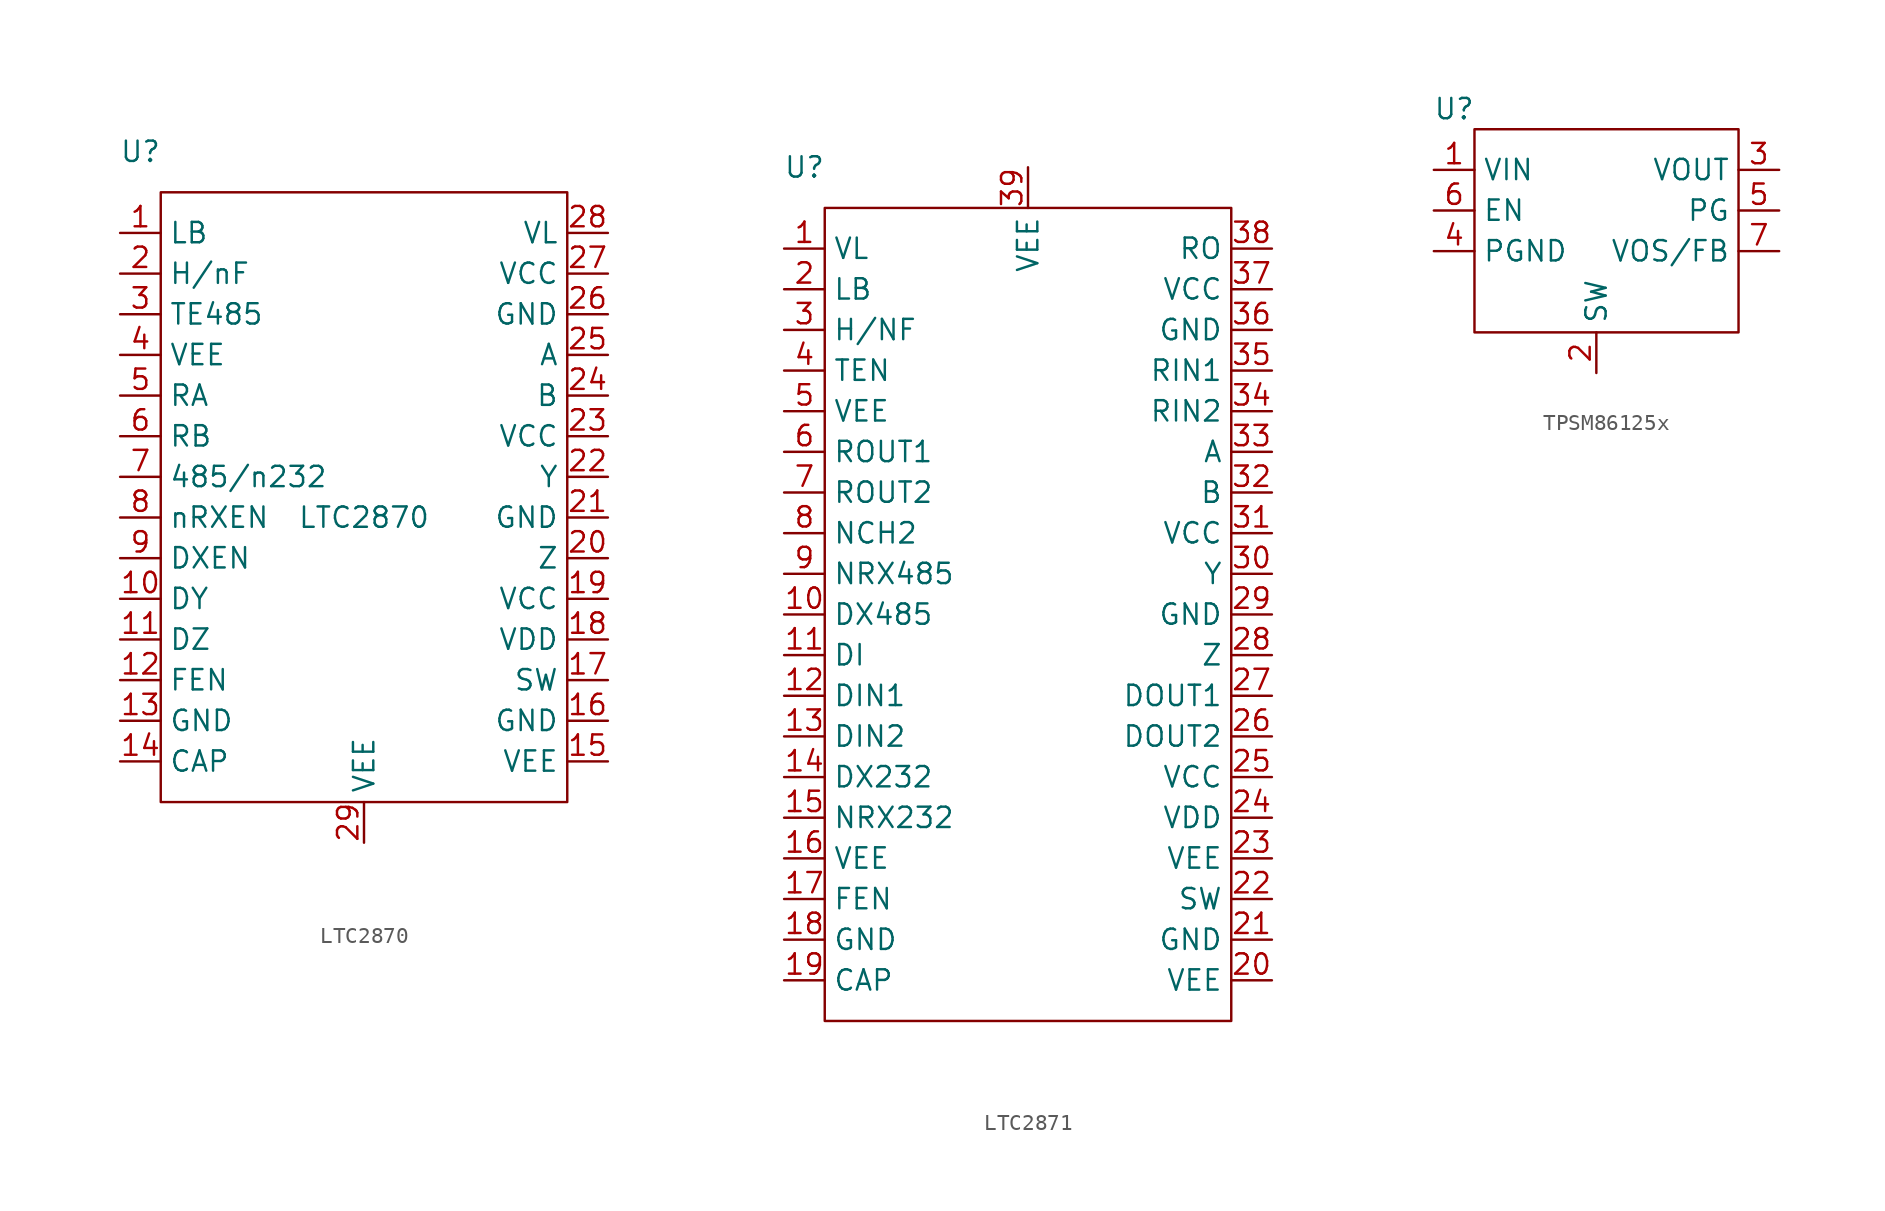
<source format=kicad_sym>
(kicad_symbol_lib
  (version 20241209)
  (generator "kicad_symbol_editor")
  (generator_version "9.0")
  (symbol "LTC2870"
    (property "Reference" "U"
      (at -13.97 22.86 0)
      (effects (font (size 1.27 1.27))))
    (property "Value" "LTC2870"
      (at 0 0 0)
      (effects (font (size 1.27 1.27))))
    (symbol "LTC2870_0_1"
      (rectangle (start -12.7 20.32) (end 12.7 -17.78) (stroke (width 0) (type default)) (fill (type none))))
    (symbol "LTC2870_1_1"
      (pin input line (at -15.24 17.78 0) (length 2.54) (name "LB" (effects (font (size 1.27 1.27)))) (number "1" (effects (font (size 1.27 1.27)))))
      (pin input line (at -15.24 15.24 0) (length 2.54) (name "H/nF" (effects (font (size 1.27 1.27)))) (number "2" (effects (font (size 1.27 1.27)))))
      (pin input line (at -15.24 12.7 0) (length 2.54) (name "TE485" (effects (font (size 1.27 1.27)))) (number "3" (effects (font (size 1.27 1.27)))))
      (pin passive line (at -15.24 10.16 0) (length 2.54) (name "VEE" (effects (font (size 1.27 1.27)))) (number "4" (effects (font (size 1.27 1.27)))))
      (pin output line (at -15.24 7.62 0) (length 2.54) (name "RA" (effects (font (size 1.27 1.27)))) (number "5" (effects (font (size 1.27 1.27)))))
      (pin output line (at -15.24 5.08 0) (length 2.54) (name "RB" (effects (font (size 1.27 1.27)))) (number "6" (effects (font (size 1.27 1.27)))))
      (pin input line (at -15.24 2.54 0) (length 2.54) (name "485/n232" (effects (font (size 1.27 1.27)))) (number "7" (effects (font (size 1.27 1.27)))))
      (pin input line (at -15.24 0 0) (length 2.54) (name "nRXEN" (effects (font (size 1.27 1.27)))) (number "8" (effects (font (size 1.27 1.27)))))
      (pin input line (at -15.24 -2.54 0) (length 2.54) (name "DXEN" (effects (font (size 1.27 1.27)))) (number "9" (effects (font (size 1.27 1.27)))))
      (pin input line (at -15.24 -5.08 0) (length 2.54) (name "DY" (effects (font (size 1.27 1.27)))) (number "10" (effects (font (size 1.27 1.27)))))
      (pin input line (at -15.24 -7.62 0) (length 2.54) (name "DZ" (effects (font (size 1.27 1.27)))) (number "11" (effects (font (size 1.27 1.27)))))
      (pin input line (at -15.24 -10.16 0) (length 2.54) (name "FEN" (effects (font (size 1.27 1.27)))) (number "12" (effects (font (size 1.27 1.27)))))
      (pin passive line (at -15.24 -12.7 0) (length 2.54) (name "GND" (effects (font (size 1.27 1.27)))) (number "13" (effects (font (size 1.27 1.27)))))
      (pin passive line (at -15.24 -15.24 0) (length 2.54) (name "CAP" (effects (font (size 1.27 1.27)))) (number "14" (effects (font (size 1.27 1.27)))))
      (pin passive line (at 0 -20.32 90) (length 2.54) (name "VEE" (effects (font (size 1.27 1.27)))) (number "29" (effects (font (size 1.27 1.27)))))
      (pin power_in line (at 15.24 17.78 180) (length 2.54) (name "VL" (effects (font (size 1.27 1.27)))) (number "28" (effects (font (size 1.27 1.27)))))
      (pin power_in line (at 15.24 15.24 180) (length 2.54) (name "VCC" (effects (font (size 1.27 1.27)))) (number "27" (effects (font (size 1.27 1.27)))))
      (pin passive line (at 15.24 12.7 180) (length 2.54) (name "GND" (effects (font (size 1.27 1.27)))) (number "26" (effects (font (size 1.27 1.27)))))
      (pin input line (at 15.24 10.16 180) (length 2.54) (name "A" (effects (font (size 1.27 1.27)))) (number "25" (effects (font (size 1.27 1.27)))))
      (pin input line (at 15.24 7.62 180) (length 2.54) (name "B" (effects (font (size 1.27 1.27)))) (number "24" (effects (font (size 1.27 1.27)))))
      (pin power_in line (at 15.24 5.08 180) (length 2.54) (name "VCC" (effects (font (size 1.27 1.27)))) (number "23" (effects (font (size 1.27 1.27)))))
      (pin output line (at 15.24 2.54 180) (length 2.54) (name "Y" (effects (font (size 1.27 1.27)))) (number "22" (effects (font (size 1.27 1.27)))))
      (pin passive line (at 15.24 0 180) (length 2.54) (name "GND" (effects (font (size 1.27 1.27)))) (number "21" (effects (font (size 1.27 1.27)))))
      (pin output line (at 15.24 -2.54 180) (length 2.54) (name "Z" (effects (font (size 1.27 1.27)))) (number "20" (effects (font (size 1.27 1.27)))))
      (pin power_in line (at 15.24 -5.08 180) (length 2.54) (name "VCC" (effects (font (size 1.27 1.27)))) (number "19" (effects (font (size 1.27 1.27)))))
      (pin power_in line (at 15.24 -7.62 180) (length 2.54) (name "VDD" (effects (font (size 1.27 1.27)))) (number "18" (effects (font (size 1.27 1.27)))))
      (pin passive line (at 15.24 -10.16 180) (length 2.54) (name "SW" (effects (font (size 1.27 1.27)))) (number "17" (effects (font (size 1.27 1.27)))))
      (pin passive line (at 15.24 -12.7 180) (length 2.54) (name "GND" (effects (font (size 1.27 1.27)))) (number "16" (effects (font (size 1.27 1.27)))))
      (pin passive line (at 15.24 -15.24 180) (length 2.54) (name "VEE" (effects (font (size 1.27 1.27)))) (number "15" (effects (font (size 1.27 1.27)))))))
  (symbol "LTC2871"
    (property "Reference" "U"
      (at -13.97 27.94 0)
      (effects (font (size 1.27 1.27))))
    (property "Value" ""
      (at 0 0 0)
      (effects (font (size 1.27 1.27))))
    (symbol "LTC2871_0_1"
      (rectangle (start -12.7 25.4) (end 12.7 -25.4) (stroke (width 0) (type default)) (fill (type none))))
    (symbol "LTC2871_1_1"
      (pin input line (at -15.24 22.86 0) (length 2.54) (name "VL" (effects (font (size 1.27 1.27)))) (number "1" (effects (font (size 1.27 1.27)))))
      (pin input line (at -15.24 20.32 0) (length 2.54) (name "LB" (effects (font (size 1.27 1.27)))) (number "2" (effects (font (size 1.27 1.27)))))
      (pin input line (at -15.24 17.78 0) (length 2.54) (name "H/NF" (effects (font (size 1.27 1.27)))) (number "3" (effects (font (size 1.27 1.27)))))
      (pin input line (at -15.24 15.24 0) (length 2.54) (name "TEN" (effects (font (size 1.27 1.27)))) (number "4" (effects (font (size 1.27 1.27)))))
      (pin power_in line (at -15.24 12.7 0) (length 2.54) (name "VEE" (effects (font (size 1.27 1.27)))) (number "5" (effects (font (size 1.27 1.27)))))
      (pin output line (at -15.24 10.16 0) (length 2.54) (name "ROUT1" (effects (font (size 1.27 1.27)))) (number "6" (effects (font (size 1.27 1.27)))))
      (pin output line (at -15.24 7.62 0) (length 2.54) (name "ROUT2" (effects (font (size 1.27 1.27)))) (number "7" (effects (font (size 1.27 1.27)))))
      (pin input line (at -15.24 5.08 0) (length 2.54) (name "NCH2" (effects (font (size 1.27 1.27)))) (number "8" (effects (font (size 1.27 1.27)))))
      (pin input line (at -15.24 2.54 0) (length 2.54) (name "NRX485" (effects (font (size 1.27 1.27)))) (number "9" (effects (font (size 1.27 1.27)))))
      (pin input line (at -15.24 0 0) (length 2.54) (name "DX485" (effects (font (size 1.27 1.27)))) (number "10" (effects (font (size 1.27 1.27)))))
      (pin input line (at -15.24 -2.54 0) (length 2.54) (name "DI" (effects (font (size 1.27 1.27)))) (number "11" (effects (font (size 1.27 1.27)))))
      (pin input line (at -15.24 -5.08 0) (length 2.54) (name "DIN1" (effects (font (size 1.27 1.27)))) (number "12" (effects (font (size 1.27 1.27)))))
      (pin input line (at -15.24 -7.62 0) (length 2.54) (name "DIN2" (effects (font (size 1.27 1.27)))) (number "13" (effects (font (size 1.27 1.27)))))
      (pin input line (at -15.24 -10.16 0) (length 2.54) (name "DX232" (effects (font (size 1.27 1.27)))) (number "14" (effects (font (size 1.27 1.27)))))
      (pin input line (at -15.24 -12.7 0) (length 2.54) (name "NRX232" (effects (font (size 1.27 1.27)))) (number "15" (effects (font (size 1.27 1.27)))))
      (pin power_in line (at -15.24 -15.24 0) (length 2.54) (name "VEE" (effects (font (size 1.27 1.27)))) (number "16" (effects (font (size 1.27 1.27)))))
      (pin input line (at -15.24 -17.78 0) (length 2.54) (name "FEN" (effects (font (size 1.27 1.27)))) (number "17" (effects (font (size 1.27 1.27)))))
      (pin power_in line (at -15.24 -20.32 0) (length 2.54) (name "GND" (effects (font (size 1.27 1.27)))) (number "18" (effects (font (size 1.27 1.27)))))
      (pin input line (at -15.24 -22.86 0) (length 2.54) (name "CAP" (effects (font (size 1.27 1.27)))) (number "19" (effects (font (size 1.27 1.27)))))
      (pin power_in line (at 0 27.94 270) (length 2.54) (name "VEE" (effects (font (size 1.27 1.27)))) (number "39" (effects (font (size 1.27 1.27)))))
      (pin output line (at 15.24 22.86 180) (length 2.54) (name "RO" (effects (font (size 1.27 1.27)))) (number "38" (effects (font (size 1.27 1.27)))))
      (pin power_in line (at 15.24 20.32 180) (length 2.54) (name "VCC" (effects (font (size 1.27 1.27)))) (number "37" (effects (font (size 1.27 1.27)))))
      (pin power_in line (at 15.24 17.78 180) (length 2.54) (name "GND" (effects (font (size 1.27 1.27)))) (number "36" (effects (font (size 1.27 1.27)))))
      (pin input line (at 15.24 15.24 180) (length 2.54) (name "RIN1" (effects (font (size 1.27 1.27)))) (number "35" (effects (font (size 1.27 1.27)))))
      (pin input line (at 15.24 12.7 180) (length 2.54) (name "RIN2" (effects (font (size 1.27 1.27)))) (number "34" (effects (font (size 1.27 1.27)))))
      (pin input line (at 15.24 10.16 180) (length 2.54) (name "A" (effects (font (size 1.27 1.27)))) (number "33" (effects (font (size 1.27 1.27)))))
      (pin input line (at 15.24 7.62 180) (length 2.54) (name "B" (effects (font (size 1.27 1.27)))) (number "32" (effects (font (size 1.27 1.27)))))
      (pin power_in line (at 15.24 5.08 180) (length 2.54) (name "VCC" (effects (font (size 1.27 1.27)))) (number "31" (effects (font (size 1.27 1.27)))))
      (pin output line (at 15.24 2.54 180) (length 2.54) (name "Y" (effects (font (size 1.27 1.27)))) (number "30" (effects (font (size 1.27 1.27)))))
      (pin power_in line (at 15.24 0 180) (length 2.54) (name "GND" (effects (font (size 1.27 1.27)))) (number "29" (effects (font (size 1.27 1.27)))))
      (pin output line (at 15.24 -2.54 180) (length 2.54) (name "Z" (effects (font (size 1.27 1.27)))) (number "28" (effects (font (size 1.27 1.27)))))
      (pin output line (at 15.24 -5.08 180) (length 2.54) (name "DOUT1" (effects (font (size 1.27 1.27)))) (number "27" (effects (font (size 1.27 1.27)))))
      (pin output line (at 15.24 -7.62 180) (length 2.54) (name "DOUT2" (effects (font (size 1.27 1.27)))) (number "26" (effects (font (size 1.27 1.27)))))
      (pin power_in line (at 15.24 -10.16 180) (length 2.54) (name "VCC" (effects (font (size 1.27 1.27)))) (number "25" (effects (font (size 1.27 1.27)))))
      (pin power_out line (at 15.24 -12.7 180) (length 2.54) (name "VDD" (effects (font (size 1.27 1.27)))) (number "24" (effects (font (size 1.27 1.27)))))
      (pin power_in line (at 15.24 -15.24 180) (length 2.54) (name "VEE" (effects (font (size 1.27 1.27)))) (number "23" (effects (font (size 1.27 1.27)))))
      (pin input line (at 15.24 -17.78 180) (length 2.54) (name "SW" (effects (font (size 1.27 1.27)))) (number "22" (effects (font (size 1.27 1.27)))))
      (pin power_in line (at 15.24 -20.32 180) (length 2.54) (name "GND" (effects (font (size 1.27 1.27)))) (number "21" (effects (font (size 1.27 1.27)))))
      (pin power_in line (at 15.24 -22.86 180) (length 2.54) (name "VEE" (effects (font (size 1.27 1.27)))) (number "20" (effects (font (size 1.27 1.27)))))))
  (symbol "TPSM86125x"
    (property "Reference" "U"
      (at -8.89 13.97 0)
      (effects (font (size 1.27 1.27))))
    (property "Value" ""
      (at 0 0 0)
      (effects (font (size 1.27 1.27))))
    (symbol "TPSM86125x_0_1"
      (rectangle (start -7.62 12.7) (end 8.89 0) (stroke (width 0) (type default)) (fill (type none))))
    (symbol "TPSM86125x_1_1"
      (pin power_in line (at -10.16 10.16 0) (length 2.54) (name "VIN" (effects (font (size 1.27 1.27)))) (number "1" (effects (font (size 1.27 1.27)))))
      (pin input line (at -10.16 7.62 0) (length 2.54) (name "EN" (effects (font (size 1.27 1.27)))) (number "6" (effects (font (size 1.27 1.27)))))
      (pin passive line (at -10.16 5.08 0) (length 2.54) (name "PGND" (effects (font (size 1.27 1.27)))) (number "4" (effects (font (size 1.27 1.27)))))
      (pin input line (at 0 -2.54 90) (length 2.54) (name "SW" (effects (font (size 1.27 1.27)))) (number "2" (effects (font (size 1.27 1.27)))))
      (pin power_out line (at 11.43 10.16 180) (length 2.54) (name "VOUT" (effects (font (size 1.27 1.27)))) (number "3" (effects (font (size 1.27 1.27)))))
      (pin output line (at 11.43 7.62 180) (length 2.54) (name "PG" (effects (font (size 1.27 1.27)))) (number "5" (effects (font (size 1.27 1.27)))))
      (pin input line (at 11.43 5.08 180) (length 2.54) (name "VOS/FB" (effects (font (size 1.27 1.27)))) (number "7" (effects (font (size 1.27 1.27))))))))
</source>
